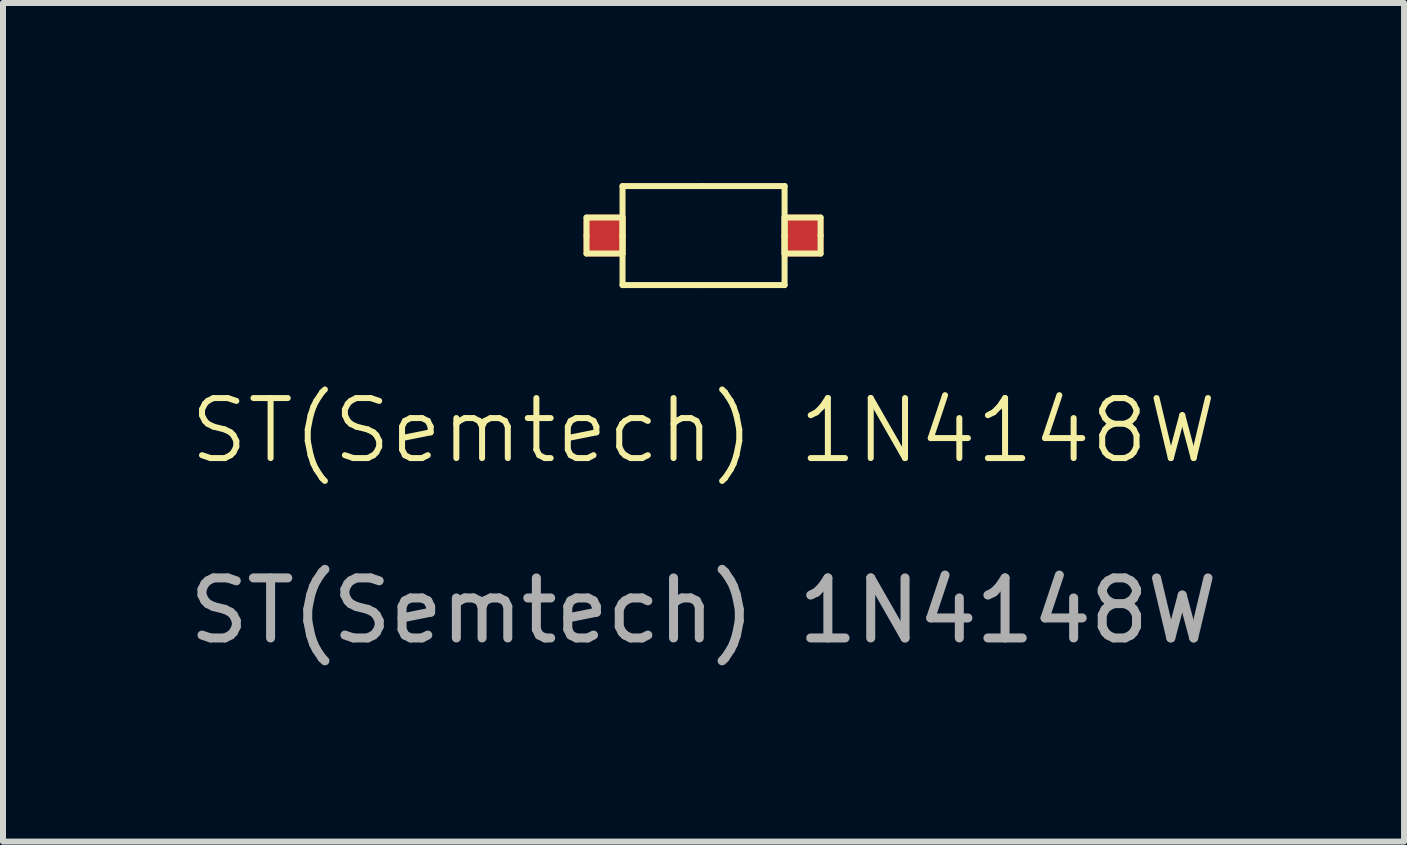
<source format=kicad_pcb>
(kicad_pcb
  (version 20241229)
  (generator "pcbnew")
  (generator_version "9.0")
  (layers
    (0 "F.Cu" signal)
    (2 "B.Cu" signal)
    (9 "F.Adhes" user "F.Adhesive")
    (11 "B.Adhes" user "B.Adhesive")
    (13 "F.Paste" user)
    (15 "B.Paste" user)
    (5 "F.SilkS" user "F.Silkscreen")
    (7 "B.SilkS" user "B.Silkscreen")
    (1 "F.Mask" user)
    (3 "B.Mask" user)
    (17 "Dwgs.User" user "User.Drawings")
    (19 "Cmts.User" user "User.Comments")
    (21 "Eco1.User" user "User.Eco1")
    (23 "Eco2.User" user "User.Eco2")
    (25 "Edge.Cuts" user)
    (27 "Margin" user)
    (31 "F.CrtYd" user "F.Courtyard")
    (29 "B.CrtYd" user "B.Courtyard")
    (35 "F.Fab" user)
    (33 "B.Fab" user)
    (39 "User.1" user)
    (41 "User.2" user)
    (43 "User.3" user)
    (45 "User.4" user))
  (footprint "ST(Semtech) 1N4148W"
    (layer "F.Cu")
    (at 8.673 0.875)
    (property "Reference" "ST(Semtech) 1N4148W" (at 0 3.25 0) (unlocked yes) (layer "F.SilkS") (effects (font (size 1 1) (thickness 0.1))))
    (attr smd)
    (fp_line (start -1.95 -0.3) (end -1.95 0) (stroke (width 0.1) (type default)) (layer "F.SilkS"))
    (fp_line (start -1.95 0) (end -1.95 0.3) (stroke (width 0.1) (type default)) (layer "F.SilkS"))
    (fp_line (start -1.95 0.3) (end -1.35 0.3) (stroke (width 0.1) (type default)) (layer "F.SilkS"))
    (fp_line (start -1.35 -0.3) (end -1.95 -0.3) (stroke (width 0.1) (type default)) (layer "F.SilkS"))
    (fp_line (start -1.35 -0.3) (end -1.35 0) (stroke (width 0.1) (type default)) (layer "F.SilkS"))
    (fp_line (start -1.35 0) (end -1.35 -0.825) (stroke (width 0.1) (type default)) (layer "F.SilkS"))
    (fp_line (start -1.35 0) (end -1.35 0.3) (stroke (width 0.1) (type default)) (layer "F.SilkS"))
    (fp_line (start -1.35 0.825) (end -1.35 0) (stroke (width 0.1) (type default)) (layer "F.SilkS"))
    (fp_line (start 0 -0.825) (end -1.35 -0.825) (stroke (width 0.1) (type default)) (layer "F.SilkS"))
    (fp_line (start 0 0.825) (end -1.35 0.825) (stroke (width 0.1) (type default)) (layer "F.SilkS"))
    (fp_line (start 1.35 -0.825) (end 0 -0.825) (stroke (width 0.1) (type default)) (layer "F.SilkS"))
    (fp_line (start 1.35 0) (end 1.35 -0.825) (stroke (width 0.1) (type default)) (layer "F.SilkS"))
    (fp_line (start 1.35 0) (end 1.35 -0.3) (stroke (width 0.1) (type default)) (layer "F.SilkS"))
    (fp_line (start 1.35 0.3) (end 1.35 0) (stroke (width 0.1) (type default)) (layer "F.SilkS"))
    (fp_line (start 1.35 0.3) (end 1.95 0.3) (stroke (width 0.1) (type default)) (layer "F.SilkS"))
    (fp_line (start 1.35 0.825) (end 0 0.825) (stroke (width 0.1) (type default)) (layer "F.SilkS"))
    (fp_line (start 1.35 0.825) (end 1.35 0) (stroke (width 0.1) (type default)) (layer "F.SilkS"))
    (fp_line (start 1.95 -0.3) (end 1.35 -0.3) (stroke (width 0.1) (type default)) (layer "F.SilkS"))
    (fp_line (start 1.95 0) (end 1.95 -0.3) (stroke (width 0.1) (type default)) (layer "F.SilkS"))
    (fp_line (start 1.95 0.3) (end 1.95 0) (stroke (width 0.1) (type default)) (layer "F.SilkS"))
    (fp_text user "${REFERENCE}" (at 0 6.25 0) (unlocked yes) (layer "F.Fab") (effects (font (size 1 1) (thickness 0.15))))
    (pad "1" smd roundrect (at -1.65 0) (size 0.7 0.7) (layers "F.Cu" "F.Mask" "F.Paste") (roundrect_rratio 0.15))
    (pad "2" smd roundrect (at 1.65 0) (size 0.7 0.7) (layers "F.Cu" "F.Mask" "F.Paste") (roundrect_rratio 0.15)))
  (gr_rect
    (start -3 -3)
    (end 20.345 10.973)
    (stroke (width 0.1) (type default))
    (fill no)
    (layer "Edge.Cuts")))
</source>
